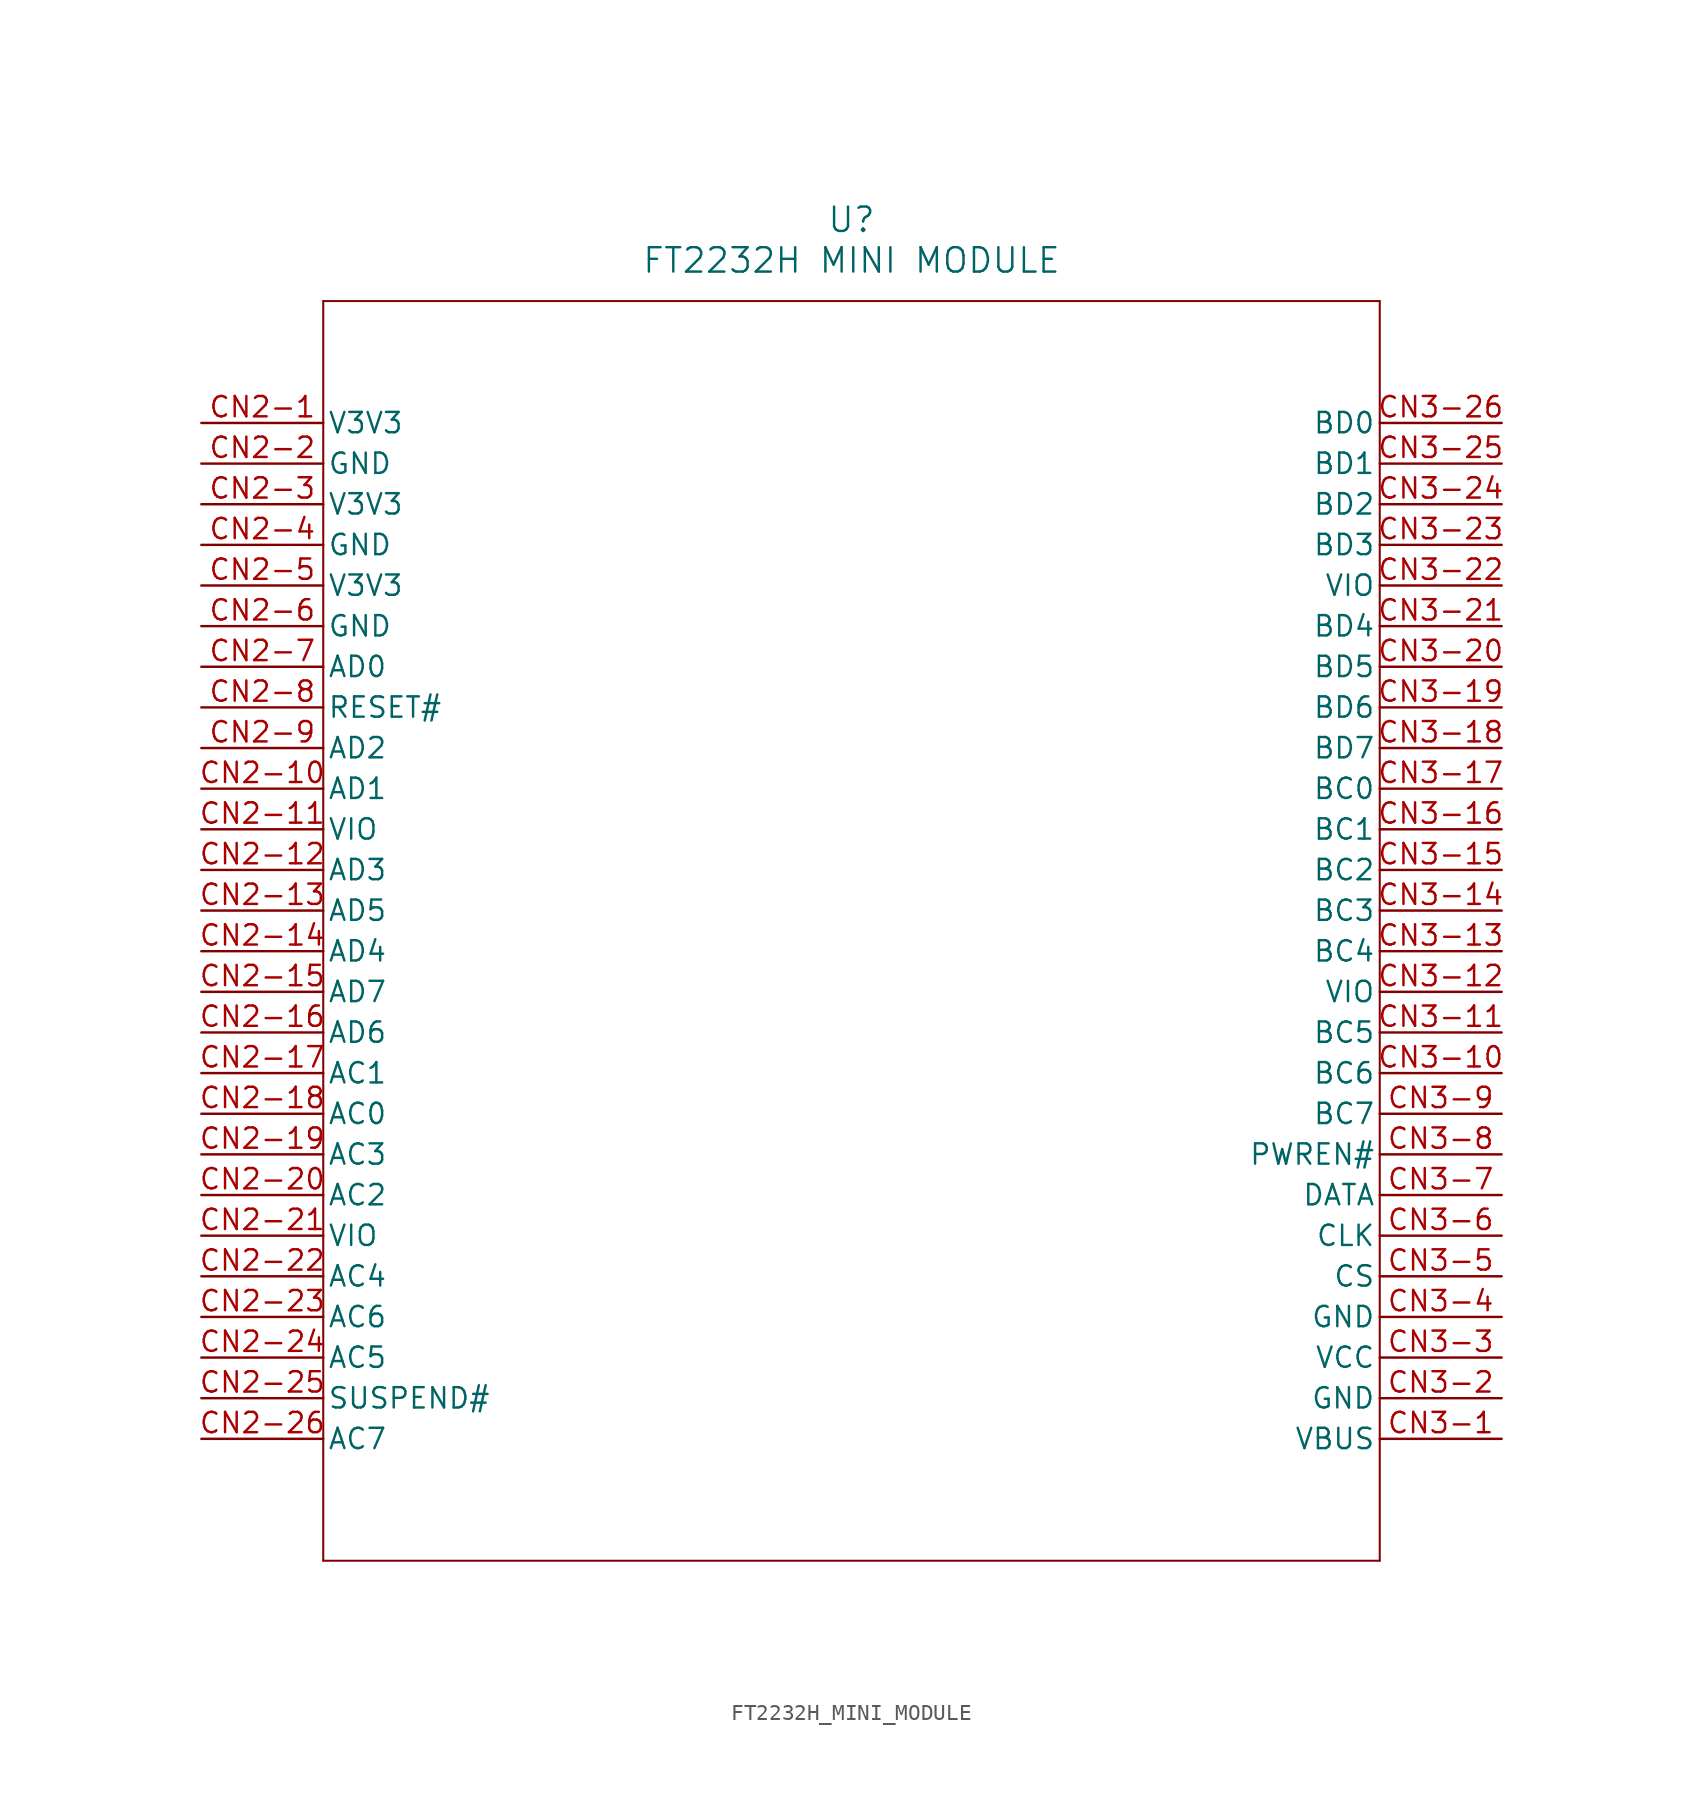
<source format=kicad_sym>
(kicad_symbol_lib
  (version 20211014)
  (generator kicad_symbol_editor)
  (symbol "FT2232H_MINI_MODULE"
    (pin_names
      (offset 0.254))
    (property "Reference" "U"
      (at 40.64 12.7 0)
      (effects (font (size 1.524 1.524))))
    (property "Value" "FT2232H MINI MODULE"
      (at 40.64 10.16 0)
      (effects (font (size 1.524 1.524))))
    (symbol "FT2232H_MINI_MODULE_0_1"
      (polyline (pts (xy 7.62 7.62) (xy 7.62 -71.12)) (stroke (width 0.127) (type default) (color 0 0 0 0)) (fill (type none)))
      (polyline (pts (xy 7.62 -71.12) (xy 73.66 -71.12)) (stroke (width 0.127) (type default) (color 0 0 0 0)) (fill (type none)))
      (polyline (pts (xy 73.66 -71.12) (xy 73.66 7.62)) (stroke (width 0.127) (type default) (color 0 0 0 0)) (fill (type none)))
      (polyline (pts (xy 73.66 7.62) (xy 7.62 7.62)) (stroke (width 0.127) (type default) (color 0 0 0 0)) (fill (type none)))
      (pin power_in line (at 0 0 0) (length 7.62) (name "V3V3" (effects (font (size 1.27 1.27)))) (number "CN2-1" (effects (font (size 1.27 1.27)))))
      (pin power_out line (at 0 -2.54 0) (length 7.62) (name "GND" (effects (font (size 1.27 1.27)))) (number "CN2-2" (effects (font (size 1.27 1.27)))))
      (pin power_in line (at 0 -5.08 0) (length 7.62) (name "V3V3" (effects (font (size 1.27 1.27)))) (number "CN2-3" (effects (font (size 1.27 1.27)))))
      (pin power_out line (at 0 -7.62 0) (length 7.62) (name "GND" (effects (font (size 1.27 1.27)))) (number "CN2-4" (effects (font (size 1.27 1.27)))))
      (pin power_in line (at 0 -10.16 0) (length 7.62) (name "V3V3" (effects (font (size 1.27 1.27)))) (number "CN2-5" (effects (font (size 1.27 1.27)))))
      (pin power_out line (at 0 -12.7 0) (length 7.62) (name "GND" (effects (font (size 1.27 1.27)))) (number "CN2-6" (effects (font (size 1.27 1.27)))))
      (pin bidirectional line (at 0 -15.24 0) (length 7.62) (name "AD0" (effects (font (size 1.27 1.27)))) (number "CN2-7" (effects (font (size 1.27 1.27)))))
      (pin unspecified line (at 0 -17.78 0) (length 7.62) (name "RESET#" (effects (font (size 1.27 1.27)))) (number "CN2-8" (effects (font (size 1.27 1.27)))))
      (pin bidirectional line (at 0 -20.32 0) (length 7.62) (name "AD2" (effects (font (size 1.27 1.27)))) (number "CN2-9" (effects (font (size 1.27 1.27)))))
      (pin bidirectional line (at 0 -22.86 0) (length 7.62) (name "AD1" (effects (font (size 1.27 1.27)))) (number "CN2-10" (effects (font (size 1.27 1.27)))))
      (pin unspecified line (at 0 -25.4 0) (length 7.62) (name "VIO" (effects (font (size 1.27 1.27)))) (number "CN2-11" (effects (font (size 1.27 1.27)))))
      (pin bidirectional line (at 0 -27.94 0) (length 7.62) (name "AD3" (effects (font (size 1.27 1.27)))) (number "CN2-12" (effects (font (size 1.27 1.27)))))
      (pin bidirectional line (at 0 -30.48 0) (length 7.62) (name "AD5" (effects (font (size 1.27 1.27)))) (number "CN2-13" (effects (font (size 1.27 1.27)))))
      (pin bidirectional line (at 0 -33.02 0) (length 7.62) (name "AD4" (effects (font (size 1.27 1.27)))) (number "CN2-14" (effects (font (size 1.27 1.27)))))
      (pin bidirectional line (at 0 -35.56 0) (length 7.62) (name "AD7" (effects (font (size 1.27 1.27)))) (number "CN2-15" (effects (font (size 1.27 1.27)))))
      (pin bidirectional line (at 0 -38.1 0) (length 7.62) (name "AD6" (effects (font (size 1.27 1.27)))) (number "CN2-16" (effects (font (size 1.27 1.27)))))
      (pin bidirectional line (at 0 -40.64 0) (length 7.62) (name "AC1" (effects (font (size 1.27 1.27)))) (number "CN2-17" (effects (font (size 1.27 1.27)))))
      (pin bidirectional line (at 0 -43.18 0) (length 7.62) (name "AC0" (effects (font (size 1.27 1.27)))) (number "CN2-18" (effects (font (size 1.27 1.27)))))
      (pin bidirectional line (at 0 -45.72 0) (length 7.62) (name "AC3" (effects (font (size 1.27 1.27)))) (number "CN2-19" (effects (font (size 1.27 1.27)))))
      (pin bidirectional line (at 0 -48.26 0) (length 7.62) (name "AC2" (effects (font (size 1.27 1.27)))) (number "CN2-20" (effects (font (size 1.27 1.27)))))
      (pin unspecified line (at 0 -50.8 0) (length 7.62) (name "VIO" (effects (font (size 1.27 1.27)))) (number "CN2-21" (effects (font (size 1.27 1.27)))))
      (pin bidirectional line (at 0 -53.34 0) (length 7.62) (name "AC4" (effects (font (size 1.27 1.27)))) (number "CN2-22" (effects (font (size 1.27 1.27)))))
      (pin bidirectional line (at 0 -55.88 0) (length 7.62) (name "AC6" (effects (font (size 1.27 1.27)))) (number "CN2-23" (effects (font (size 1.27 1.27)))))
      (pin bidirectional line (at 0 -58.42 0) (length 7.62) (name "AC5" (effects (font (size 1.27 1.27)))) (number "CN2-24" (effects (font (size 1.27 1.27)))))
      (pin unspecified line (at 0 -60.96 0) (length 7.62) (name "SUSPEND#" (effects (font (size 1.27 1.27)))) (number "CN2-25" (effects (font (size 1.27 1.27)))))
      (pin bidirectional line (at 0 -63.5 0) (length 7.62) (name "AC7" (effects (font (size 1.27 1.27)))) (number "CN2-26" (effects (font (size 1.27 1.27)))))
      (pin unspecified line (at 81.28 -63.5 180) (length 7.62) (name "VBUS" (effects (font (size 1.27 1.27)))) (number "CN3-1" (effects (font (size 1.27 1.27)))))
      (pin power_out line (at 81.28 -60.96 180) (length 7.62) (name "GND" (effects (font (size 1.27 1.27)))) (number "CN3-2" (effects (font (size 1.27 1.27)))))
      (pin power_in line (at 81.28 -58.42 180) (length 7.62) (name "VCC" (effects (font (size 1.27 1.27)))) (number "CN3-3" (effects (font (size 1.27 1.27)))))
      (pin power_out line (at 81.28 -55.88 180) (length 7.62) (name "GND" (effects (font (size 1.27 1.27)))) (number "CN3-4" (effects (font (size 1.27 1.27)))))
      (pin unspecified line (at 81.28 -53.34 180) (length 7.62) (name "CS" (effects (font (size 1.27 1.27)))) (number "CN3-5" (effects (font (size 1.27 1.27)))))
      (pin unspecified line (at 81.28 -50.8 180) (length 7.62) (name "CLK" (effects (font (size 1.27 1.27)))) (number "CN3-6" (effects (font (size 1.27 1.27)))))
      (pin unspecified line (at 81.28 -48.26 180) (length 7.62) (name "DATA" (effects (font (size 1.27 1.27)))) (number "CN3-7" (effects (font (size 1.27 1.27)))))
      (pin unspecified line (at 81.28 -45.72 180) (length 7.62) (name "PWREN#" (effects (font (size 1.27 1.27)))) (number "CN3-8" (effects (font (size 1.27 1.27)))))
      (pin bidirectional line (at 81.28 -43.18 180) (length 7.62) (name "BC7" (effects (font (size 1.27 1.27)))) (number "CN3-9" (effects (font (size 1.27 1.27)))))
      (pin bidirectional line (at 81.28 -40.64 180) (length 7.62) (name "BC6" (effects (font (size 1.27 1.27)))) (number "CN3-10" (effects (font (size 1.27 1.27)))))
      (pin bidirectional line (at 81.28 -38.1 180) (length 7.62) (name "BC5" (effects (font (size 1.27 1.27)))) (number "CN3-11" (effects (font (size 1.27 1.27)))))
      (pin unspecified line (at 81.28 -35.56 180) (length 7.62) (name "VIO" (effects (font (size 1.27 1.27)))) (number "CN3-12" (effects (font (size 1.27 1.27)))))
      (pin bidirectional line (at 81.28 -33.02 180) (length 7.62) (name "BC4" (effects (font (size 1.27 1.27)))) (number "CN3-13" (effects (font (size 1.27 1.27)))))
      (pin bidirectional line (at 81.28 -30.48 180) (length 7.62) (name "BC3" (effects (font (size 1.27 1.27)))) (number "CN3-14" (effects (font (size 1.27 1.27)))))
      (pin bidirectional line (at 81.28 -27.94 180) (length 7.62) (name "BC2" (effects (font (size 1.27 1.27)))) (number "CN3-15" (effects (font (size 1.27 1.27)))))
      (pin bidirectional line (at 81.28 -25.4 180) (length 7.62) (name "BC1" (effects (font (size 1.27 1.27)))) (number "CN3-16" (effects (font (size 1.27 1.27)))))
      (pin bidirectional line (at 81.28 -22.86 180) (length 7.62) (name "BC0" (effects (font (size 1.27 1.27)))) (number "CN3-17" (effects (font (size 1.27 1.27)))))
      (pin bidirectional line (at 81.28 -20.32 180) (length 7.62) (name "BD7" (effects (font (size 1.27 1.27)))) (number "CN3-18" (effects (font (size 1.27 1.27)))))
      (pin bidirectional line (at 81.28 -17.78 180) (length 7.62) (name "BD6" (effects (font (size 1.27 1.27)))) (number "CN3-19" (effects (font (size 1.27 1.27)))))
      (pin bidirectional line (at 81.28 -15.24 180) (length 7.62) (name "BD5" (effects (font (size 1.27 1.27)))) (number "CN3-20" (effects (font (size 1.27 1.27)))))
      (pin bidirectional line (at 81.28 -12.7 180) (length 7.62) (name "BD4" (effects (font (size 1.27 1.27)))) (number "CN3-21" (effects (font (size 1.27 1.27)))))
      (pin unspecified line (at 81.28 -10.16 180) (length 7.62) (name "VIO" (effects (font (size 1.27 1.27)))) (number "CN3-22" (effects (font (size 1.27 1.27)))))
      (pin bidirectional line (at 81.28 -7.62 180) (length 7.62) (name "BD3" (effects (font (size 1.27 1.27)))) (number "CN3-23" (effects (font (size 1.27 1.27)))))
      (pin bidirectional line (at 81.28 -5.08 180) (length 7.62) (name "BD2" (effects (font (size 1.27 1.27)))) (number "CN3-24" (effects (font (size 1.27 1.27)))))
      (pin bidirectional line (at 81.28 -2.54 180) (length 7.62) (name "BD1" (effects (font (size 1.27 1.27)))) (number "CN3-25" (effects (font (size 1.27 1.27)))))
      (pin bidirectional line (at 81.28 0 180) (length 7.62) (name "BD0" (effects (font (size 1.27 1.27)))) (number "CN3-26" (effects (font (size 1.27 1.27))))))))
</source>
